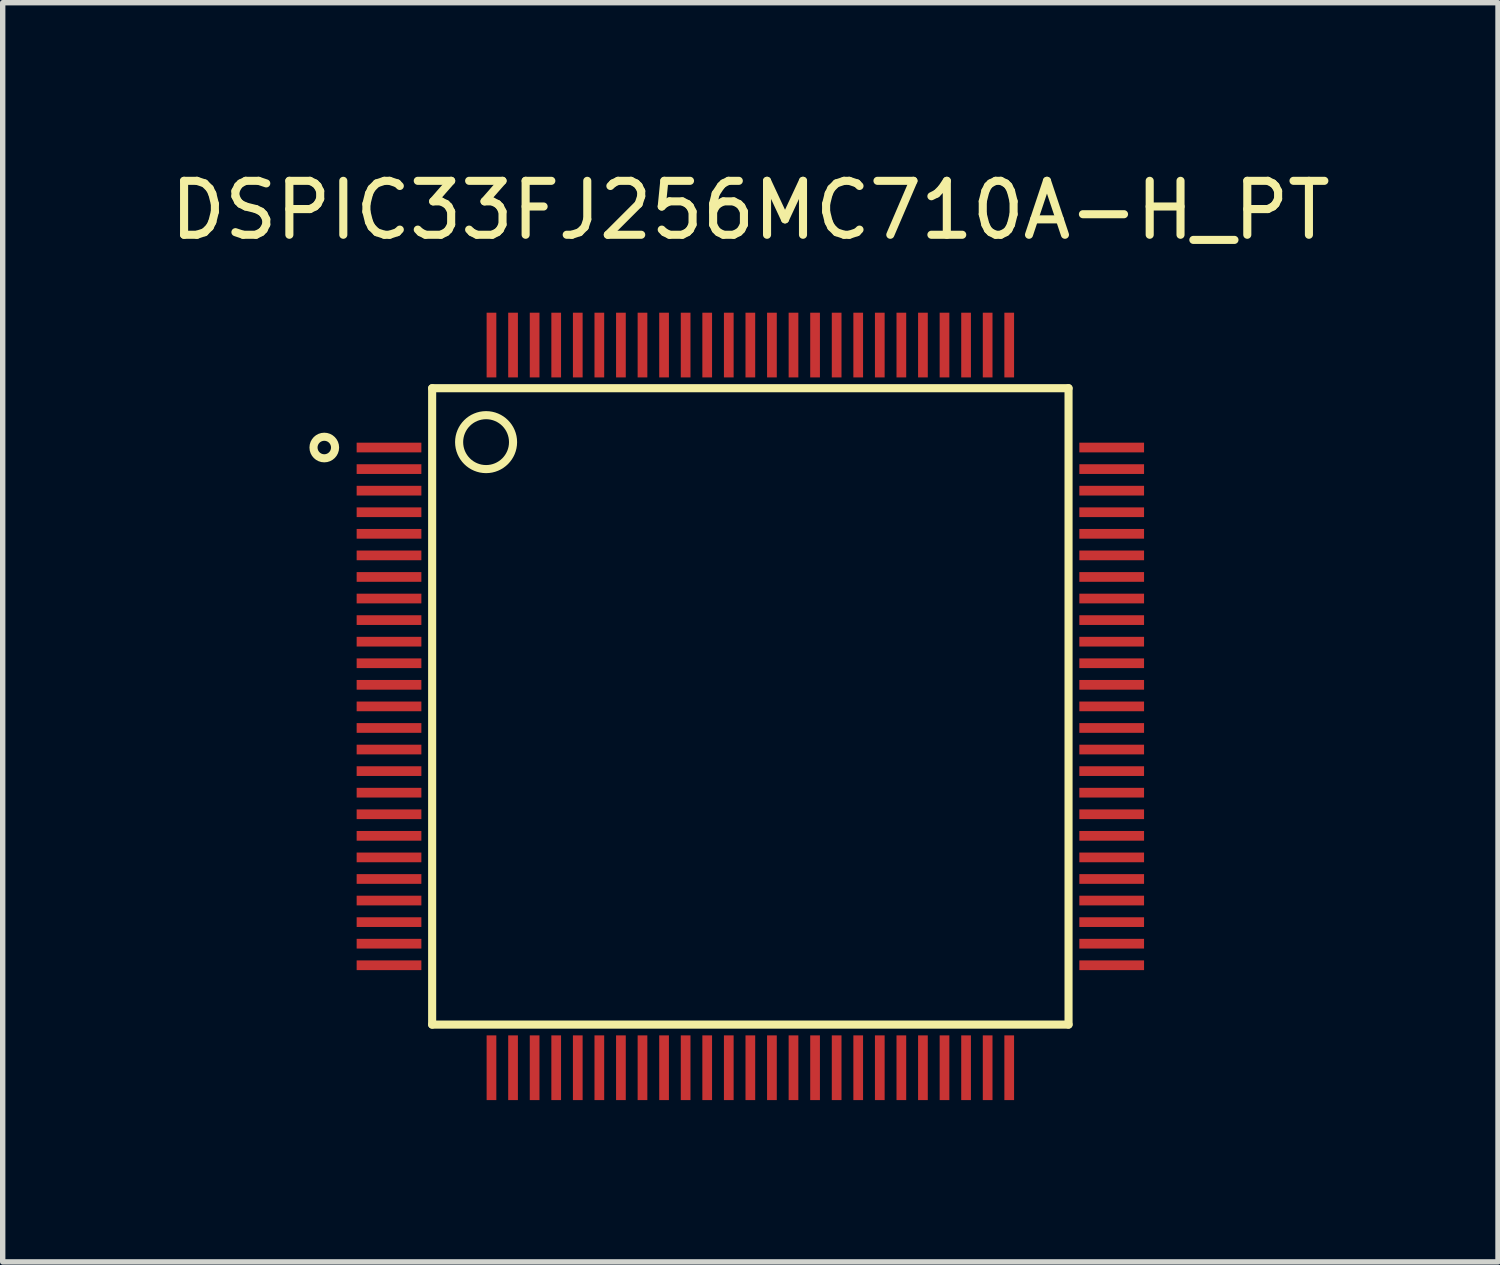
<source format=kicad_pcb>
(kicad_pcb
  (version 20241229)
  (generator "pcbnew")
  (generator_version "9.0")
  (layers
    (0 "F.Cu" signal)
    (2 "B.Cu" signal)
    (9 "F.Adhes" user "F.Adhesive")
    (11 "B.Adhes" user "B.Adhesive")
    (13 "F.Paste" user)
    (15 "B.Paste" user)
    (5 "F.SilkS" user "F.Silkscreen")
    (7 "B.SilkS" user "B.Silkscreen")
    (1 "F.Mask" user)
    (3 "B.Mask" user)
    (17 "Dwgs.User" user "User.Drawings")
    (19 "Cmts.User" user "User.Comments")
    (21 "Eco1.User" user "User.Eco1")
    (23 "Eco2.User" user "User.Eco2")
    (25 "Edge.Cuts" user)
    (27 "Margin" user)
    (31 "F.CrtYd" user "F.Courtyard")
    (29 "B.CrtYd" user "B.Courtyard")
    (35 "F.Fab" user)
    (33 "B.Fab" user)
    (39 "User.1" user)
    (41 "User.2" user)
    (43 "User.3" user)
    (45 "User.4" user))
  (footprint "DSPIC33FJ256MC710A-H_PT"
    (layer "F.Cu")
    (at 4.163 3.348)
    (property "Reference" "DSPIC33FJ256MC710A-H_PT" (at 6.7 -2.5 0) (layer "F.SilkS") (effects (font (size 1 1) (thickness 0.15))))
    (attr through_hole)
    (fp_line (start 0.8 0.8) (end 0.8 12.6) (stroke (width 0.15) (type solid)) (layer "F.SilkS"))
    (fp_line (start 0.8 0.8) (end 12.6 0.8) (stroke (width 0.15) (type solid)) (layer "F.SilkS"))
    (fp_line (start 0.8 12.6) (end 12.6 12.6) (stroke (width 0.15) (type solid)) (layer "F.SilkS"))
    (fp_line (start 12.6 12.6) (end 12.6 0.8) (stroke (width 0.15) (type solid)) (layer "F.SilkS"))
    (fp_circle (center -1.2 1.9) (end -1.2 1.7) (stroke (width 0.15) (type solid)) (fill no) (layer "F.SilkS"))
    (fp_circle (center 1.8 1.8) (end 1.8 1.3) (stroke (width 0.15) (type solid)) (fill no) (layer "F.SilkS"))
    (pad "1" smd rect (at 0 1.9) (size 1.2 0.18) (layers "F.Cu" "F.Mask" "F.Paste"))
    (pad "2" smd rect (at 0 2.3) (size 1.2 0.18) (layers "F.Cu" "F.Mask" "F.Paste"))
    (pad "3" smd rect (at 0 2.7) (size 1.2 0.18) (layers "F.Cu" "F.Mask" "F.Paste"))
    (pad "4" smd rect (at 0 3.1) (size 1.2 0.18) (layers "F.Cu" "F.Mask" "F.Paste"))
    (pad "5" smd rect (at 0 3.5) (size 1.2 0.18) (layers "F.Cu" "F.Mask" "F.Paste"))
    (pad "6" smd rect (at 0 3.9) (size 1.2 0.18) (layers "F.Cu" "F.Mask" "F.Paste"))
    (pad "7" smd rect (at 0 4.3) (size 1.2 0.18) (layers "F.Cu" "F.Mask" "F.Paste"))
    (pad "8" smd rect (at 0 4.7) (size 1.2 0.18) (layers "F.Cu" "F.Mask" "F.Paste"))
    (pad "9" smd rect (at 0 5.1) (size 1.2 0.18) (layers "F.Cu" "F.Mask" "F.Paste"))
    (pad "10" smd rect (at 0 5.5) (size 1.2 0.18) (layers "F.Cu" "F.Mask" "F.Paste"))
    (pad "11" smd rect (at 0 5.9) (size 1.2 0.18) (layers "F.Cu" "F.Mask" "F.Paste"))
    (pad "12" smd rect (at 0 6.3) (size 1.2 0.18) (layers "F.Cu" "F.Mask" "F.Paste"))
    (pad "13" smd rect (at 0 6.7) (size 1.2 0.18) (layers "F.Cu" "F.Mask" "F.Paste"))
    (pad "14" smd rect (at 0 7.1) (size 1.2 0.18) (layers "F.Cu" "F.Mask" "F.Paste"))
    (pad "15" smd rect (at 0 7.5) (size 1.2 0.18) (layers "F.Cu" "F.Mask" "F.Paste"))
    (pad "16" smd rect (at 0 7.9) (size 1.2 0.18) (layers "F.Cu" "F.Mask" "F.Paste"))
    (pad "17" smd rect (at 0 8.3) (size 1.2 0.18) (layers "F.Cu" "F.Mask" "F.Paste"))
    (pad "18" smd rect (at 0 8.7) (size 1.2 0.18) (layers "F.Cu" "F.Mask" "F.Paste"))
    (pad "19" smd rect (at 0 9.1) (size 1.2 0.18) (layers "F.Cu" "F.Mask" "F.Paste"))
    (pad "20" smd rect (at 0 9.5) (size 1.2 0.18) (layers "F.Cu" "F.Mask" "F.Paste"))
    (pad "21" smd rect (at 0 9.9) (size 1.2 0.18) (layers "F.Cu" "F.Mask" "F.Paste"))
    (pad "22" smd rect (at 0 10.3) (size 1.2 0.18) (layers "F.Cu" "F.Mask" "F.Paste"))
    (pad "23" smd rect (at 0 10.7) (size 1.2 0.18) (layers "F.Cu" "F.Mask" "F.Paste"))
    (pad "24" smd rect (at 0 11.1) (size 1.2 0.18) (layers "F.Cu" "F.Mask" "F.Paste"))
    (pad "25" smd rect (at 0 11.5) (size 1.2 0.18) (layers "F.Cu" "F.Mask" "F.Paste"))
    (pad "26" smd rect (at 1.9 13.4) (size 0.18 1.2) (layers "F.Cu" "F.Mask" "F.Paste"))
    (pad "27" smd rect (at 2.3 13.4) (size 0.18 1.2) (layers "F.Cu" "F.Mask" "F.Paste"))
    (pad "28" smd rect (at 2.7 13.4) (size 0.18 1.2) (layers "F.Cu" "F.Mask" "F.Paste"))
    (pad "29" smd rect (at 3.1 13.4) (size 0.18 1.2) (layers "F.Cu" "F.Mask" "F.Paste"))
    (pad "30" smd rect (at 3.5 13.4) (size 0.18 1.2) (layers "F.Cu" "F.Mask" "F.Paste"))
    (pad "31" smd rect (at 3.9 13.4) (size 0.18 1.2) (layers "F.Cu" "F.Mask" "F.Paste"))
    (pad "32" smd rect (at 4.3 13.4) (size 0.18 1.2) (layers "F.Cu" "F.Mask" "F.Paste"))
    (pad "33" smd rect (at 4.7 13.4) (size 0.18 1.2) (layers "F.Cu" "F.Mask" "F.Paste"))
    (pad "34" smd rect (at 5.1 13.4) (size 0.18 1.2) (layers "F.Cu" "F.Mask" "F.Paste"))
    (pad "35" smd rect (at 5.5 13.4) (size 0.18 1.2) (layers "F.Cu" "F.Mask" "F.Paste"))
    (pad "36" smd rect (at 5.9 13.4) (size 0.18 1.2) (layers "F.Cu" "F.Mask" "F.Paste"))
    (pad "37" smd rect (at 6.3 13.4) (size 0.18 1.2) (layers "F.Cu" "F.Mask" "F.Paste"))
    (pad "38" smd rect (at 6.7 13.4) (size 0.18 1.2) (layers "F.Cu" "F.Mask" "F.Paste"))
    (pad "39" smd rect (at 7.1 13.4) (size 0.18 1.2) (layers "F.Cu" "F.Mask" "F.Paste"))
    (pad "40" smd rect (at 7.5 13.4) (size 0.18 1.2) (layers "F.Cu" "F.Mask" "F.Paste"))
    (pad "41" smd rect (at 7.9 13.4) (size 0.18 1.2) (layers "F.Cu" "F.Mask" "F.Paste"))
    (pad "42" smd rect (at 8.3 13.4) (size 0.18 1.2) (layers "F.Cu" "F.Mask" "F.Paste"))
    (pad "43" smd rect (at 8.7 13.4) (size 0.18 1.2) (layers "F.Cu" "F.Mask" "F.Paste"))
    (pad "44" smd rect (at 9.1 13.4) (size 0.18 1.2) (layers "F.Cu" "F.Mask" "F.Paste"))
    (pad "45" smd rect (at 9.5 13.4) (size 0.18 1.2) (layers "F.Cu" "F.Mask" "F.Paste"))
    (pad "46" smd rect (at 9.9 13.4) (size 0.18 1.2) (layers "F.Cu" "F.Mask" "F.Paste"))
    (pad "47" smd rect (at 10.3 13.4) (size 0.18 1.2) (layers "F.Cu" "F.Mask" "F.Paste"))
    (pad "48" smd rect (at 10.7 13.4) (size 0.18 1.2) (layers "F.Cu" "F.Mask" "F.Paste"))
    (pad "49" smd rect (at 11.1 13.4) (size 0.18 1.2) (layers "F.Cu" "F.Mask" "F.Paste"))
    (pad "50" smd rect (at 11.5 13.4) (size 0.18 1.2) (layers "F.Cu" "F.Mask" "F.Paste"))
    (pad "51" smd rect (at 13.4 11.5) (size 1.2 0.18) (layers "F.Cu" "F.Mask" "F.Paste"))
    (pad "52" smd rect (at 13.4 11.1) (size 1.2 0.18) (layers "F.Cu" "F.Mask" "F.Paste"))
    (pad "53" smd rect (at 13.4 10.7) (size 1.2 0.18) (layers "F.Cu" "F.Mask" "F.Paste"))
    (pad "54" smd rect (at 13.4 10.3) (size 1.2 0.18) (layers "F.Cu" "F.Mask" "F.Paste"))
    (pad "55" smd rect (at 13.4 9.9) (size 1.2 0.18) (layers "F.Cu" "F.Mask" "F.Paste"))
    (pad "56" smd rect (at 13.4 9.5) (size 1.2 0.18) (layers "F.Cu" "F.Mask" "F.Paste"))
    (pad "57" smd rect (at 13.4 9.1) (size 1.2 0.18) (layers "F.Cu" "F.Mask" "F.Paste"))
    (pad "58" smd rect (at 13.4 8.7) (size 1.2 0.18) (layers "F.Cu" "F.Mask" "F.Paste"))
    (pad "59" smd rect (at 13.4 8.3) (size 1.2 0.18) (layers "F.Cu" "F.Mask" "F.Paste"))
    (pad "60" smd rect (at 13.4 7.9) (size 1.2 0.18) (layers "F.Cu" "F.Mask" "F.Paste"))
    (pad "61" smd rect (at 13.4 7.5) (size 1.2 0.18) (layers "F.Cu" "F.Mask" "F.Paste"))
    (pad "62" smd rect (at 13.4 7.1) (size 1.2 0.18) (layers "F.Cu" "F.Mask" "F.Paste"))
    (pad "63" smd rect (at 13.4 6.7) (size 1.2 0.18) (layers "F.Cu" "F.Mask" "F.Paste"))
    (pad "64" smd rect (at 13.4 6.3) (size 1.2 0.18) (layers "F.Cu" "F.Mask" "F.Paste"))
    (pad "65" smd rect (at 13.4 5.9) (size 1.2 0.18) (layers "F.Cu" "F.Mask" "F.Paste"))
    (pad "66" smd rect (at 13.4 5.5) (size 1.2 0.18) (layers "F.Cu" "F.Mask" "F.Paste"))
    (pad "67" smd rect (at 13.4 5.1) (size 1.2 0.18) (layers "F.Cu" "F.Mask" "F.Paste"))
    (pad "68" smd rect (at 13.4 4.7) (size 1.2 0.18) (layers "F.Cu" "F.Mask" "F.Paste"))
    (pad "69" smd rect (at 13.4 4.3) (size 1.2 0.18) (layers "F.Cu" "F.Mask" "F.Paste"))
    (pad "70" smd rect (at 13.4 3.9) (size 1.2 0.18) (layers "F.Cu" "F.Mask" "F.Paste"))
    (pad "71" smd rect (at 13.4 3.5) (size 1.2 0.18) (layers "F.Cu" "F.Mask" "F.Paste"))
    (pad "72" smd rect (at 13.4 3.1) (size 1.2 0.18) (layers "F.Cu" "F.Mask" "F.Paste"))
    (pad "73" smd rect (at 13.4 2.7) (size 1.2 0.18) (layers "F.Cu" "F.Mask" "F.Paste"))
    (pad "74" smd rect (at 13.4 2.3) (size 1.2 0.18) (layers "F.Cu" "F.Mask" "F.Paste"))
    (pad "75" smd rect (at 13.4 1.9) (size 1.2 0.18) (layers "F.Cu" "F.Mask" "F.Paste"))
    (pad "76" smd rect (at 11.5 0) (size 0.18 1.2) (layers "F.Cu" "F.Mask" "F.Paste"))
    (pad "77" smd rect (at 11.1 0) (size 0.18 1.2) (layers "F.Cu" "F.Mask" "F.Paste"))
    (pad "78" smd rect (at 10.7 0) (size 0.18 1.2) (layers "F.Cu" "F.Mask" "F.Paste"))
    (pad "79" smd rect (at 10.3 0) (size 0.18 1.2) (layers "F.Cu" "F.Mask" "F.Paste"))
    (pad "80" smd rect (at 9.9 0) (size 0.18 1.2) (layers "F.Cu" "F.Mask" "F.Paste"))
    (pad "81" smd rect (at 9.5 0) (size 0.18 1.2) (layers "F.Cu" "F.Mask" "F.Paste"))
    (pad "82" smd rect (at 9.1 0) (size 0.18 1.2) (layers "F.Cu" "F.Mask" "F.Paste"))
    (pad "83" smd rect (at 8.7 0) (size 0.18 1.2) (layers "F.Cu" "F.Mask" "F.Paste"))
    (pad "84" smd rect (at 8.3 0) (size 0.18 1.2) (layers "F.Cu" "F.Mask" "F.Paste"))
    (pad "85" smd rect (at 7.9 0) (size 0.18 1.2) (layers "F.Cu" "F.Mask" "F.Paste"))
    (pad "86" smd rect (at 7.5 0) (size 0.18 1.2) (layers "F.Cu" "F.Mask" "F.Paste"))
    (pad "87" smd rect (at 7.1 0) (size 0.18 1.2) (layers "F.Cu" "F.Mask" "F.Paste"))
    (pad "88" smd rect (at 6.7 0) (size 0.18 1.2) (layers "F.Cu" "F.Mask" "F.Paste"))
    (pad "89" smd rect (at 6.3 0) (size 0.18 1.2) (layers "F.Cu" "F.Mask" "F.Paste"))
    (pad "90" smd rect (at 5.9 0) (size 0.18 1.2) (layers "F.Cu" "F.Mask" "F.Paste"))
    (pad "91" smd rect (at 5.5 0) (size 0.18 1.2) (layers "F.Cu" "F.Mask" "F.Paste"))
    (pad "92" smd rect (at 5.1 0) (size 0.18 1.2) (layers "F.Cu" "F.Mask" "F.Paste"))
    (pad "93" smd rect (at 4.7 0) (size 0.18 1.2) (layers "F.Cu" "F.Mask" "F.Paste"))
    (pad "94" smd rect (at 4.3 0) (size 0.18 1.2) (layers "F.Cu" "F.Mask" "F.Paste"))
    (pad "95" smd rect (at 3.9 0) (size 0.18 1.2) (layers "F.Cu" "F.Mask" "F.Paste"))
    (pad "96" smd rect (at 3.5 0) (size 0.18 1.2) (layers "F.Cu" "F.Mask" "F.Paste"))
    (pad "97" smd rect (at 3.1 0) (size 0.18 1.2) (layers "F.Cu" "F.Mask" "F.Paste"))
    (pad "98" smd rect (at 2.7 0) (size 0.18 1.2) (layers "F.Cu" "F.Mask" "F.Paste"))
    (pad "99" smd rect (at 2.3 0) (size 0.18 1.2) (layers "F.Cu" "F.Mask" "F.Paste"))
    (pad "100" smd rect (at 1.9 0) (size 0.18 1.2) (layers "F.Cu" "F.Mask" "F.Paste")))
  (gr_rect
    (start -3 -3)
    (end 24.726 20.348)
    (stroke (width 0.1) (type default))
    (fill no)
    (layer "Edge.Cuts")))
</source>
